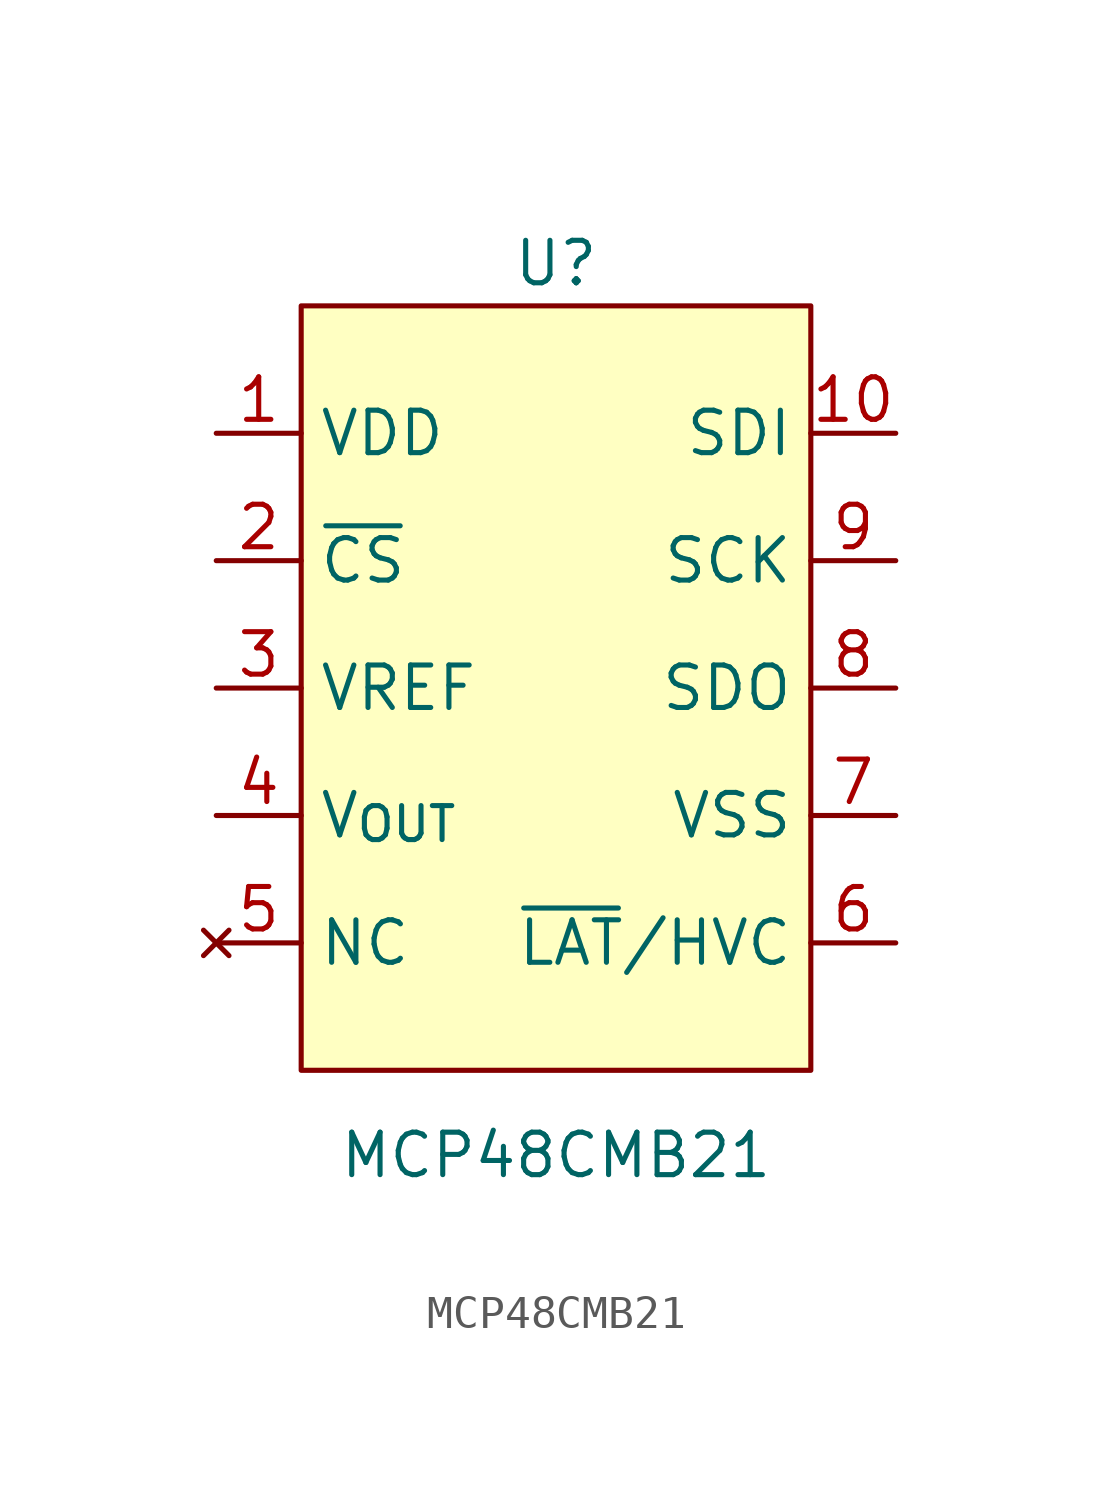
<source format=kicad_sym>
(kicad_symbol_lib
  (version 20211014)
  (generator kicad_symbol_editor)
  (symbol "MCP48CMB21"
    (property "Reference" "U"
      (at 0 12.7 0)
      (effects (font (size 1.27 1.27))))
    (property "Value" "MCP48CMB21"
      (at 0 -13.97 0)
      (effects (font (size 1.27 1.27))))
    (symbol "MCP48CMB21_0_0"
      (pin power_in line (at -10.16 7.62 0) (length 2.54) (name "VDD" (effects (font (size 1.27 1.27)))) (number "1" (effects (font (size 1.27 1.27)))))
      (pin input line (at 10.16 7.62 180) (length 2.54) (name "SDI" (effects (font (size 1.27 1.27)))) (number "10" (effects (font (size 1.27 1.27)))))
      (pin bidirectional line (at -10.16 3.81 0) (length 2.54) (name "~{CS}" (effects (font (size 1.27 1.27)))) (number "2" (effects (font (size 1.27 1.27)))))
      (pin bidirectional line (at -10.16 0 0) (length 2.54) (name "VREF" (effects (font (size 1.27 1.27)))) (number "3" (effects (font (size 1.27 1.27)))))
      (pin bidirectional line (at -10.16 -3.81 0) (length 2.54) (name "V_{OUT}" (effects (font (size 1.27 1.27)))) (number "4" (effects (font (size 1.27 1.27)))))
      (pin no_connect line (at -10.16 -7.62 0) (length 2.54) (name "NC" (effects (font (size 1.27 1.27)))) (number "5" (effects (font (size 1.27 1.27)))))
      (pin input line (at 10.16 -7.62 180) (length 2.54) (name "~{LAT}/HVC" (effects (font (size 1.27 1.27)))) (number "6" (effects (font (size 1.27 1.27)))))
      (pin power_in line (at 10.16 -3.81 180) (length 2.54) (name "VSS" (effects (font (size 1.27 1.27)))) (number "7" (effects (font (size 1.27 1.27)))))
      (pin output line (at 10.16 0 180) (length 2.54) (name "SDO" (effects (font (size 1.27 1.27)))) (number "8" (effects (font (size 1.27 1.27)))))
      (pin output line (at 10.16 3.81 180) (length 2.54) (name "SCK" (effects (font (size 1.27 1.27)))) (number "9" (effects (font (size 1.27 1.27))))))
    (symbol "MCP48CMB21_0_1"
      (rectangle (start -7.62 11.43) (end 7.62 -11.43) (stroke (width 0) (type default) (color 0 0 0 0)) (fill (type background))))))
</source>
